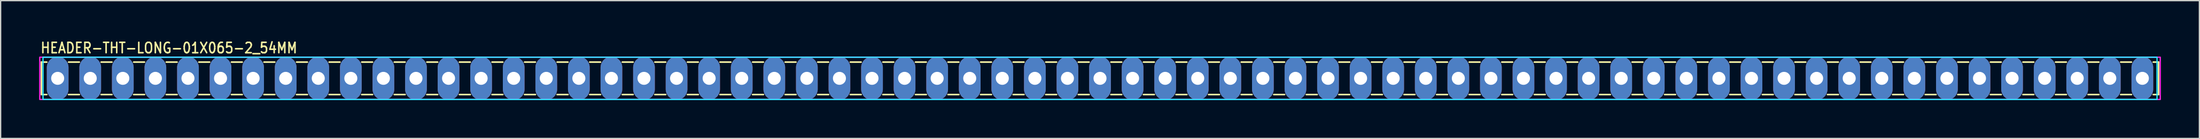
<source format=kicad_pcb>
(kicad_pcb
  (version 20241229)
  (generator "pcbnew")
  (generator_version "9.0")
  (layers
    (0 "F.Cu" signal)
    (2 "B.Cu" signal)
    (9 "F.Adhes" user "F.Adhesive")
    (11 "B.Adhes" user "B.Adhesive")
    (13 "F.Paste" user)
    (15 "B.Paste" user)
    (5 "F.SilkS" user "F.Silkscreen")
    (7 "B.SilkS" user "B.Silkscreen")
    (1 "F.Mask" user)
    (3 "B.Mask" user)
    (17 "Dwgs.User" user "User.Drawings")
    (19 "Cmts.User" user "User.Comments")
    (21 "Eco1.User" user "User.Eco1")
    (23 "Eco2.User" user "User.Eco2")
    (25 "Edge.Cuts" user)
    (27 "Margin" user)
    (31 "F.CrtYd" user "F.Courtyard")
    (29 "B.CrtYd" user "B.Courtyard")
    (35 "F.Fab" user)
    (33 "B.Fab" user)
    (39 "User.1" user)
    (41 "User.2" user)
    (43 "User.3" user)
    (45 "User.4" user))
  (footprint "HEADER-THT-LONG-01X065-2_54MM"
    (layer "F.Cu")
    (at 1.447 3.079)
    (property "Reference" "HEADER-THT-LONG-01X065-2_54MM" (at -1.4 -1.9 0) (unlocked yes) (layer "F.SilkS") (effects (font (size 0.813 0.695) (thickness 0.122)) (justify left bottom)))
    (fp_line (start -1.27 -1.27) (end -1.27 1.27) (stroke (width 0.127) (type solid)) (layer "F.SilkS"))
    (fp_line (start -1.27 1.27) (end -0.85 1.27) (stroke (width 0.127) (type solid)) (layer "F.SilkS"))
    (fp_line (start -0.85 -1.27) (end -1.27 -1.27) (stroke (width 0.127) (type solid)) (layer "F.SilkS"))
    (fp_line (start 0.85 -1.27) (end 1.69 -1.27) (stroke (width 0.127) (type solid)) (layer "F.SilkS"))
    (fp_line (start 0.85 1.27) (end 1.69 1.27) (stroke (width 0.127) (type solid)) (layer "F.SilkS"))
    (fp_line (start 3.39 -1.27) (end 4.23 -1.27) (stroke (width 0.127) (type solid)) (layer "F.SilkS"))
    (fp_line (start 3.39 1.27) (end 4.23 1.27) (stroke (width 0.127) (type solid)) (layer "F.SilkS"))
    (fp_line (start 5.93 -1.27) (end 6.77 -1.27) (stroke (width 0.127) (type solid)) (layer "F.SilkS"))
    (fp_line (start 5.93 1.27) (end 6.77 1.27) (stroke (width 0.127) (type solid)) (layer "F.SilkS"))
    (fp_line (start 8.47 -1.27) (end 9.31 -1.27) (stroke (width 0.127) (type solid)) (layer "F.SilkS"))
    (fp_line (start 8.47 1.27) (end 9.31 1.27) (stroke (width 0.127) (type solid)) (layer "F.SilkS"))
    (fp_line (start 11.01 -1.27) (end 11.85 -1.27) (stroke (width 0.127) (type solid)) (layer "F.SilkS"))
    (fp_line (start 11.01 1.27) (end 11.85 1.27) (stroke (width 0.127) (type solid)) (layer "F.SilkS"))
    (fp_line (start 13.55 -1.27) (end 14.39 -1.27) (stroke (width 0.127) (type solid)) (layer "F.SilkS"))
    (fp_line (start 13.55 1.27) (end 14.39 1.27) (stroke (width 0.127) (type solid)) (layer "F.SilkS"))
    (fp_line (start 16.09 -1.27) (end 16.93 -1.27) (stroke (width 0.127) (type solid)) (layer "F.SilkS"))
    (fp_line (start 16.09 1.27) (end 16.93 1.27) (stroke (width 0.127) (type solid)) (layer "F.SilkS"))
    (fp_line (start 18.63 -1.27) (end 19.47 -1.27) (stroke (width 0.127) (type solid)) (layer "F.SilkS"))
    (fp_line (start 18.63 1.27) (end 19.47 1.27) (stroke (width 0.127) (type solid)) (layer "F.SilkS"))
    (fp_line (start 21.17 -1.27) (end 22.01 -1.27) (stroke (width 0.127) (type solid)) (layer "F.SilkS"))
    (fp_line (start 21.17 1.27) (end 22.01 1.27) (stroke (width 0.127) (type solid)) (layer "F.SilkS"))
    (fp_line (start 23.71 -1.27) (end 24.55 -1.27) (stroke (width 0.127) (type solid)) (layer "F.SilkS"))
    (fp_line (start 23.71 1.27) (end 24.55 1.27) (stroke (width 0.127) (type solid)) (layer "F.SilkS"))
    (fp_line (start 26.25 -1.27) (end 27.09 -1.27) (stroke (width 0.127) (type solid)) (layer "F.SilkS"))
    (fp_line (start 26.25 1.27) (end 27.09 1.27) (stroke (width 0.127) (type solid)) (layer "F.SilkS"))
    (fp_line (start 28.79 -1.27) (end 29.63 -1.27) (stroke (width 0.127) (type solid)) (layer "F.SilkS"))
    (fp_line (start 28.79 1.27) (end 29.63 1.27) (stroke (width 0.127) (type solid)) (layer "F.SilkS"))
    (fp_line (start 31.33 -1.27) (end 32.17 -1.27) (stroke (width 0.127) (type solid)) (layer "F.SilkS"))
    (fp_line (start 31.33 1.27) (end 32.17 1.27) (stroke (width 0.127) (type solid)) (layer "F.SilkS"))
    (fp_line (start 33.87 -1.27) (end 34.71 -1.27) (stroke (width 0.127) (type solid)) (layer "F.SilkS"))
    (fp_line (start 33.87 1.27) (end 34.71 1.27) (stroke (width 0.127) (type solid)) (layer "F.SilkS"))
    (fp_line (start 36.41 -1.27) (end 37.25 -1.27) (stroke (width 0.127) (type solid)) (layer "F.SilkS"))
    (fp_line (start 36.41 1.27) (end 37.25 1.27) (stroke (width 0.127) (type solid)) (layer "F.SilkS"))
    (fp_line (start 38.95 -1.27) (end 39.79 -1.27) (stroke (width 0.127) (type solid)) (layer "F.SilkS"))
    (fp_line (start 38.95 1.27) (end 39.79 1.27) (stroke (width 0.127) (type solid)) (layer "F.SilkS"))
    (fp_line (start 41.49 -1.27) (end 42.33 -1.27) (stroke (width 0.127) (type solid)) (layer "F.SilkS"))
    (fp_line (start 41.49 1.27) (end 42.33 1.27) (stroke (width 0.127) (type solid)) (layer "F.SilkS"))
    (fp_line (start 44.03 -1.27) (end 44.87 -1.27) (stroke (width 0.127) (type solid)) (layer "F.SilkS"))
    (fp_line (start 44.03 1.27) (end 44.87 1.27) (stroke (width 0.127) (type solid)) (layer "F.SilkS"))
    (fp_line (start 46.57 -1.27) (end 47.41 -1.27) (stroke (width 0.127) (type solid)) (layer "F.SilkS"))
    (fp_line (start 46.57 1.27) (end 47.41 1.27) (stroke (width 0.127) (type solid)) (layer "F.SilkS"))
    (fp_line (start 49.11 -1.27) (end 49.95 -1.27) (stroke (width 0.127) (type solid)) (layer "F.SilkS"))
    (fp_line (start 49.11 1.27) (end 49.95 1.27) (stroke (width 0.127) (type solid)) (layer "F.SilkS"))
    (fp_line (start 51.65 -1.27) (end 52.49 -1.27) (stroke (width 0.127) (type solid)) (layer "F.SilkS"))
    (fp_line (start 51.65 1.27) (end 52.49 1.27) (stroke (width 0.127) (type solid)) (layer "F.SilkS"))
    (fp_line (start 54.19 -1.27) (end 55.03 -1.27) (stroke (width 0.127) (type solid)) (layer "F.SilkS"))
    (fp_line (start 54.19 1.27) (end 55.03 1.27) (stroke (width 0.127) (type solid)) (layer "F.SilkS"))
    (fp_line (start 56.73 -1.27) (end 57.57 -1.27) (stroke (width 0.127) (type solid)) (layer "F.SilkS"))
    (fp_line (start 56.73 1.27) (end 57.57 1.27) (stroke (width 0.127) (type solid)) (layer "F.SilkS"))
    (fp_line (start 59.27 -1.27) (end 60.11 -1.27) (stroke (width 0.127) (type solid)) (layer "F.SilkS"))
    (fp_line (start 59.27 1.27) (end 60.11 1.27) (stroke (width 0.127) (type solid)) (layer "F.SilkS"))
    (fp_line (start 61.81 -1.27) (end 62.65 -1.27) (stroke (width 0.127) (type solid)) (layer "F.SilkS"))
    (fp_line (start 61.81 1.27) (end 62.65 1.27) (stroke (width 0.127) (type solid)) (layer "F.SilkS"))
    (fp_line (start 64.35 -1.27) (end 65.19 -1.27) (stroke (width 0.127) (type solid)) (layer "F.SilkS"))
    (fp_line (start 64.35 1.27) (end 65.19 1.27) (stroke (width 0.127) (type solid)) (layer "F.SilkS"))
    (fp_line (start 66.89 -1.27) (end 67.73 -1.27) (stroke (width 0.127) (type solid)) (layer "F.SilkS"))
    (fp_line (start 66.89 1.27) (end 67.73 1.27) (stroke (width 0.127) (type solid)) (layer "F.SilkS"))
    (fp_line (start 69.43 -1.27) (end 70.27 -1.27) (stroke (width 0.127) (type solid)) (layer "F.SilkS"))
    (fp_line (start 69.43 1.27) (end 70.27 1.27) (stroke (width 0.127) (type solid)) (layer "F.SilkS"))
    (fp_line (start 71.97 -1.27) (end 72.81 -1.27) (stroke (width 0.127) (type solid)) (layer "F.SilkS"))
    (fp_line (start 71.97 1.27) (end 72.81 1.27) (stroke (width 0.127) (type solid)) (layer "F.SilkS"))
    (fp_line (start 74.51 -1.27) (end 75.35 -1.27) (stroke (width 0.127) (type solid)) (layer "F.SilkS"))
    (fp_line (start 74.51 1.27) (end 75.35 1.27) (stroke (width 0.127) (type solid)) (layer "F.SilkS"))
    (fp_line (start 77.05 -1.27) (end 77.89 -1.27) (stroke (width 0.127) (type solid)) (layer "F.SilkS"))
    (fp_line (start 77.05 1.27) (end 77.89 1.27) (stroke (width 0.127) (type solid)) (layer "F.SilkS"))
    (fp_line (start 79.59 -1.27) (end 80.43 -1.27) (stroke (width 0.127) (type solid)) (layer "F.SilkS"))
    (fp_line (start 79.59 1.27) (end 80.43 1.27) (stroke (width 0.127) (type solid)) (layer "F.SilkS"))
    (fp_line (start 82.13 -1.27) (end 82.97 -1.27) (stroke (width 0.127) (type solid)) (layer "F.SilkS"))
    (fp_line (start 82.13 1.27) (end 82.97 1.27) (stroke (width 0.127) (type solid)) (layer "F.SilkS"))
    (fp_line (start 84.67 -1.27) (end 85.51 -1.27) (stroke (width 0.127) (type solid)) (layer "F.SilkS"))
    (fp_line (start 84.67 1.27) (end 85.51 1.27) (stroke (width 0.127) (type solid)) (layer "F.SilkS"))
    (fp_line (start 87.21 -1.27) (end 88.05 -1.27) (stroke (width 0.127) (type solid)) (layer "F.SilkS"))
    (fp_line (start 87.21 1.27) (end 88.05 1.27) (stroke (width 0.127) (type solid)) (layer "F.SilkS"))
    (fp_line (start 89.75 -1.27) (end 90.59 -1.27) (stroke (width 0.127) (type solid)) (layer "F.SilkS"))
    (fp_line (start 89.75 1.27) (end 90.59 1.27) (stroke (width 0.127) (type solid)) (layer "F.SilkS"))
    (fp_line (start 92.29 -1.27) (end 93.13 -1.27) (stroke (width 0.127) (type solid)) (layer "F.SilkS"))
    (fp_line (start 92.29 1.27) (end 93.13 1.27) (stroke (width 0.127) (type solid)) (layer "F.SilkS"))
    (fp_line (start 94.83 -1.27) (end 95.67 -1.27) (stroke (width 0.127) (type solid)) (layer "F.SilkS"))
    (fp_line (start 94.83 1.27) (end 95.67 1.27) (stroke (width 0.127) (type solid)) (layer "F.SilkS"))
    (fp_line (start 97.37 -1.27) (end 98.21 -1.27) (stroke (width 0.127) (type solid)) (layer "F.SilkS"))
    (fp_line (start 97.37 1.27) (end 98.21 1.27) (stroke (width 0.127) (type solid)) (layer "F.SilkS"))
    (fp_line (start 99.91 -1.27) (end 100.75 -1.27) (stroke (width 0.127) (type solid)) (layer "F.SilkS"))
    (fp_line (start 99.91 1.27) (end 100.75 1.27) (stroke (width 0.127) (type solid)) (layer "F.SilkS"))
    (fp_line (start 102.45 -1.27) (end 103.29 -1.27) (stroke (width 0.127) (type solid)) (layer "F.SilkS"))
    (fp_line (start 102.45 1.27) (end 103.29 1.27) (stroke (width 0.127) (type solid)) (layer "F.SilkS"))
    (fp_line (start 104.99 -1.27) (end 105.83 -1.27) (stroke (width 0.127) (type solid)) (layer "F.SilkS"))
    (fp_line (start 104.99 1.27) (end 105.83 1.27) (stroke (width 0.127) (type solid)) (layer "F.SilkS"))
    (fp_line (start 107.53 -1.27) (end 108.37 -1.27) (stroke (width 0.127) (type solid)) (layer "F.SilkS"))
    (fp_line (start 107.53 1.27) (end 108.37 1.27) (stroke (width 0.127) (type solid)) (layer "F.SilkS"))
    (fp_line (start 110.07 -1.27) (end 110.91 -1.27) (stroke (width 0.127) (type solid)) (layer "F.SilkS"))
    (fp_line (start 110.07 1.27) (end 110.91 1.27) (stroke (width 0.127) (type solid)) (layer "F.SilkS"))
    (fp_line (start 112.61 -1.27) (end 113.45 -1.27) (stroke (width 0.127) (type solid)) (layer "F.SilkS"))
    (fp_line (start 112.61 1.27) (end 113.45 1.27) (stroke (width 0.127) (type solid)) (layer "F.SilkS"))
    (fp_line (start 115.15 -1.27) (end 115.99 -1.27) (stroke (width 0.127) (type solid)) (layer "F.SilkS"))
    (fp_line (start 115.15 1.27) (end 115.99 1.27) (stroke (width 0.127) (type solid)) (layer "F.SilkS"))
    (fp_line (start 117.69 -1.27) (end 118.53 -1.27) (stroke (width 0.127) (type solid)) (layer "F.SilkS"))
    (fp_line (start 117.69 1.27) (end 118.53 1.27) (stroke (width 0.127) (type solid)) (layer "F.SilkS"))
    (fp_line (start 120.23 -1.27) (end 121.07 -1.27) (stroke (width 0.127) (type solid)) (layer "F.SilkS"))
    (fp_line (start 120.23 1.27) (end 121.07 1.27) (stroke (width 0.127) (type solid)) (layer "F.SilkS"))
    (fp_line (start 122.77 -1.27) (end 123.61 -1.27) (stroke (width 0.127) (type solid)) (layer "F.SilkS"))
    (fp_line (start 122.77 1.27) (end 123.61 1.27) (stroke (width 0.127) (type solid)) (layer "F.SilkS"))
    (fp_line (start 125.31 -1.27) (end 126.15 -1.27) (stroke (width 0.127) (type solid)) (layer "F.SilkS"))
    (fp_line (start 125.31 1.27) (end 126.15 1.27) (stroke (width 0.127) (type solid)) (layer "F.SilkS"))
    (fp_line (start 127.85 -1.27) (end 128.69 -1.27) (stroke (width 0.127) (type solid)) (layer "F.SilkS"))
    (fp_line (start 127.85 1.27) (end 128.69 1.27) (stroke (width 0.127) (type solid)) (layer "F.SilkS"))
    (fp_line (start 130.39 -1.27) (end 131.23 -1.27) (stroke (width 0.127) (type solid)) (layer "F.SilkS"))
    (fp_line (start 130.39 1.27) (end 131.23 1.27) (stroke (width 0.127) (type solid)) (layer "F.SilkS"))
    (fp_line (start 132.93 -1.27) (end 133.77 -1.27) (stroke (width 0.127) (type solid)) (layer "F.SilkS"))
    (fp_line (start 132.93 1.27) (end 133.77 1.27) (stroke (width 0.127) (type solid)) (layer "F.SilkS"))
    (fp_line (start 135.47 -1.27) (end 136.31 -1.27) (stroke (width 0.127) (type solid)) (layer "F.SilkS"))
    (fp_line (start 135.47 1.27) (end 136.31 1.27) (stroke (width 0.127) (type solid)) (layer "F.SilkS"))
    (fp_line (start 138.01 -1.27) (end 138.85 -1.27) (stroke (width 0.127) (type solid)) (layer "F.SilkS"))
    (fp_line (start 138.01 1.27) (end 138.85 1.27) (stroke (width 0.127) (type solid)) (layer "F.SilkS"))
    (fp_line (start 140.55 -1.27) (end 141.39 -1.27) (stroke (width 0.127) (type solid)) (layer "F.SilkS"))
    (fp_line (start 140.55 1.27) (end 141.39 1.27) (stroke (width 0.127) (type solid)) (layer "F.SilkS"))
    (fp_line (start 143.09 -1.27) (end 143.93 -1.27) (stroke (width 0.127) (type solid)) (layer "F.SilkS"))
    (fp_line (start 143.09 1.27) (end 143.93 1.27) (stroke (width 0.127) (type solid)) (layer "F.SilkS"))
    (fp_line (start 145.63 -1.27) (end 146.47 -1.27) (stroke (width 0.127) (type solid)) (layer "F.SilkS"))
    (fp_line (start 145.63 1.27) (end 146.47 1.27) (stroke (width 0.127) (type solid)) (layer "F.SilkS"))
    (fp_line (start 148.17 -1.27) (end 149.01 -1.27) (stroke (width 0.127) (type solid)) (layer "F.SilkS"))
    (fp_line (start 148.17 1.27) (end 149.01 1.27) (stroke (width 0.127) (type solid)) (layer "F.SilkS"))
    (fp_line (start 150.71 -1.27) (end 151.55 -1.27) (stroke (width 0.127) (type solid)) (layer "F.SilkS"))
    (fp_line (start 150.71 1.27) (end 151.55 1.27) (stroke (width 0.127) (type solid)) (layer "F.SilkS"))
    (fp_line (start 153.25 -1.27) (end 154.09 -1.27) (stroke (width 0.127) (type solid)) (layer "F.SilkS"))
    (fp_line (start 153.25 1.27) (end 154.09 1.27) (stroke (width 0.127) (type solid)) (layer "F.SilkS"))
    (fp_line (start 155.79 -1.27) (end 156.63 -1.27) (stroke (width 0.127) (type solid)) (layer "F.SilkS"))
    (fp_line (start 155.79 1.27) (end 156.63 1.27) (stroke (width 0.127) (type solid)) (layer "F.SilkS"))
    (fp_line (start 158.33 -1.27) (end 159.17 -1.27) (stroke (width 0.127) (type solid)) (layer "F.SilkS"))
    (fp_line (start 158.33 1.27) (end 159.17 1.27) (stroke (width 0.127) (type solid)) (layer "F.SilkS"))
    (fp_line (start 160.87 -1.27) (end 161.71 -1.27) (stroke (width 0.127) (type solid)) (layer "F.SilkS"))
    (fp_line (start 160.87 1.27) (end 161.71 1.27) (stroke (width 0.127) (type solid)) (layer "F.SilkS"))
    (fp_line (start 163.41 -1.27) (end 163.83 -1.27) (stroke (width 0.127) (type solid)) (layer "F.SilkS"))
    (fp_line (start 163.83 -1.27) (end 163.83 1.27) (stroke (width 0.127) (type solid)) (layer "F.SilkS"))
    (fp_line (start 163.83 1.27) (end 163.41 1.27) (stroke (width 0.127) (type solid)) (layer "F.SilkS"))
    (fp_poly (pts (xy -1.143 -1.651) (xy 163.703 -1.651) (xy 163.703 1.651) (xy -1.143 1.651)) (stroke (width 0.1) (type solid)) (fill no) (layer "B.CrtYd"))
    (fp_poly (pts (xy -1.397 -1.651) (xy 163.957 -1.651) (xy 163.957 1.651) (xy -1.397 1.651)) (stroke (width 0.1) (type solid)) (fill no) (layer "F.CrtYd"))
    (pad "P$1" thru_hole oval (at 0 0 90) (size 3.387 1.693) (drill 1.016) (layers "*.Cu" "*.Mask"))
    (pad "P$2" thru_hole oval (at 2.54 0 90) (size 3.387 1.693) (drill 1.016) (layers "*.Cu" "*.Mask"))
    (pad "P$3" thru_hole oval (at 5.08 0 90) (size 3.387 1.693) (drill 1.016) (layers "*.Cu" "*.Mask"))
    (pad "P$4" thru_hole oval (at 7.62 0 90) (size 3.387 1.693) (drill 1.016) (layers "*.Cu" "*.Mask"))
    (pad "P$5" thru_hole oval (at 10.16 0 90) (size 3.387 1.693) (drill 1.016) (layers "*.Cu" "*.Mask"))
    (pad "P$6" thru_hole oval (at 12.7 0 90) (size 3.387 1.693) (drill 1.016) (layers "*.Cu" "*.Mask"))
    (pad "P$7" thru_hole oval (at 15.24 0 90) (size 3.387 1.693) (drill 1.016) (layers "*.Cu" "*.Mask"))
    (pad "P$8" thru_hole oval (at 17.78 0 90) (size 3.387 1.693) (drill 1.016) (layers "*.Cu" "*.Mask"))
    (pad "P$9" thru_hole oval (at 20.32 0 90) (size 3.387 1.693) (drill 1.016) (layers "*.Cu" "*.Mask"))
    (pad "P$10" thru_hole oval (at 22.86 0 90) (size 3.387 1.693) (drill 1.016) (layers "*.Cu" "*.Mask"))
    (pad "P$11" thru_hole oval (at 25.4 0 90) (size 3.387 1.693) (drill 1.016) (layers "*.Cu" "*.Mask"))
    (pad "P$12" thru_hole oval (at 27.94 0 90) (size 3.387 1.693) (drill 1.016) (layers "*.Cu" "*.Mask"))
    (pad "P$13" thru_hole oval (at 30.48 0 90) (size 3.387 1.693) (drill 1.016) (layers "*.Cu" "*.Mask"))
    (pad "P$14" thru_hole oval (at 33.02 0 90) (size 3.387 1.693) (drill 1.016) (layers "*.Cu" "*.Mask"))
    (pad "P$15" thru_hole oval (at 35.56 0 90) (size 3.387 1.693) (drill 1.016) (layers "*.Cu" "*.Mask"))
    (pad "P$16" thru_hole oval (at 38.1 0 90) (size 3.387 1.693) (drill 1.016) (layers "*.Cu" "*.Mask"))
    (pad "P$17" thru_hole oval (at 40.64 0 90) (size 3.387 1.693) (drill 1.016) (layers "*.Cu" "*.Mask"))
    (pad "P$18" thru_hole oval (at 43.18 0 90) (size 3.387 1.693) (drill 1.016) (layers "*.Cu" "*.Mask"))
    (pad "P$19" thru_hole oval (at 45.72 0 90) (size 3.387 1.693) (drill 1.016) (layers "*.Cu" "*.Mask"))
    (pad "P$20" thru_hole oval (at 48.26 0 90) (size 3.387 1.693) (drill 1.016) (layers "*.Cu" "*.Mask"))
    (pad "P$21" thru_hole oval (at 50.8 0 90) (size 3.387 1.693) (drill 1.016) (layers "*.Cu" "*.Mask"))
    (pad "P$22" thru_hole oval (at 53.34 0 90) (size 3.387 1.693) (drill 1.016) (layers "*.Cu" "*.Mask"))
    (pad "P$23" thru_hole oval (at 55.88 0 90) (size 3.387 1.693) (drill 1.016) (layers "*.Cu" "*.Mask"))
    (pad "P$24" thru_hole oval (at 58.42 0 90) (size 3.387 1.693) (drill 1.016) (layers "*.Cu" "*.Mask"))
    (pad "P$25" thru_hole oval (at 60.96 0 90) (size 3.387 1.693) (drill 1.016) (layers "*.Cu" "*.Mask"))
    (pad "P$26" thru_hole oval (at 63.5 0 90) (size 3.387 1.693) (drill 1.016) (layers "*.Cu" "*.Mask"))
    (pad "P$27" thru_hole oval (at 66.04 0 90) (size 3.387 1.693) (drill 1.016) (layers "*.Cu" "*.Mask"))
    (pad "P$28" thru_hole oval (at 68.58 0 90) (size 3.387 1.693) (drill 1.016) (layers "*.Cu" "*.Mask"))
    (pad "P$29" thru_hole oval (at 71.12 0 90) (size 3.387 1.693) (drill 1.016) (layers "*.Cu" "*.Mask"))
    (pad "P$30" thru_hole oval (at 73.66 0 90) (size 3.387 1.693) (drill 1.016) (layers "*.Cu" "*.Mask"))
    (pad "P$31" thru_hole oval (at 76.2 0 90) (size 3.387 1.693) (drill 1.016) (layers "*.Cu" "*.Mask"))
    (pad "P$32" thru_hole oval (at 78.74 0 90) (size 3.387 1.693) (drill 1.016) (layers "*.Cu" "*.Mask"))
    (pad "P$33" thru_hole oval (at 81.28 0 90) (size 3.387 1.693) (drill 1.016) (layers "*.Cu" "*.Mask"))
    (pad "P$34" thru_hole oval (at 83.82 0 90) (size 3.387 1.693) (drill 1.016) (layers "*.Cu" "*.Mask"))
    (pad "P$35" thru_hole oval (at 86.36 0 90) (size 3.387 1.693) (drill 1.016) (layers "*.Cu" "*.Mask"))
    (pad "P$36" thru_hole oval (at 88.9 0 90) (size 3.387 1.693) (drill 1.016) (layers "*.Cu" "*.Mask"))
    (pad "P$37" thru_hole oval (at 91.44 0 90) (size 3.387 1.693) (drill 1.016) (layers "*.Cu" "*.Mask"))
    (pad "P$38" thru_hole oval (at 93.98 0 90) (size 3.387 1.693) (drill 1.016) (layers "*.Cu" "*.Mask"))
    (pad "P$39" thru_hole oval (at 96.52 0 90) (size 3.387 1.693) (drill 1.016) (layers "*.Cu" "*.Mask"))
    (pad "P$40" thru_hole oval (at 99.06 0 90) (size 3.387 1.693) (drill 1.016) (layers "*.Cu" "*.Mask"))
    (pad "P$41" thru_hole oval (at 101.6 0 90) (size 3.387 1.693) (drill 1.016) (layers "*.Cu" "*.Mask"))
    (pad "P$42" thru_hole oval (at 104.14 0 90) (size 3.387 1.693) (drill 1.016) (layers "*.Cu" "*.Mask"))
    (pad "P$43" thru_hole oval (at 106.68 0 90) (size 3.387 1.693) (drill 1.016) (layers "*.Cu" "*.Mask"))
    (pad "P$44" thru_hole oval (at 109.22 0 90) (size 3.387 1.693) (drill 1.016) (layers "*.Cu" "*.Mask"))
    (pad "P$45" thru_hole oval (at 111.76 0 90) (size 3.387 1.693) (drill 1.016) (layers "*.Cu" "*.Mask"))
    (pad "P$46" thru_hole oval (at 114.3 0 90) (size 3.387 1.693) (drill 1.016) (layers "*.Cu" "*.Mask"))
    (pad "P$47" thru_hole oval (at 116.84 0 90) (size 3.387 1.693) (drill 1.016) (layers "*.Cu" "*.Mask"))
    (pad "P$48" thru_hole oval (at 119.38 0 90) (size 3.387 1.693) (drill 1.016) (layers "*.Cu" "*.Mask"))
    (pad "P$49" thru_hole oval (at 121.92 0 90) (size 3.387 1.693) (drill 1.016) (layers "*.Cu" "*.Mask"))
    (pad "P$50" thru_hole oval (at 124.46 0 90) (size 3.387 1.693) (drill 1.016) (layers "*.Cu" "*.Mask"))
    (pad "P$51" thru_hole oval (at 127 0 90) (size 3.387 1.693) (drill 1.016) (layers "*.Cu" "*.Mask"))
    (pad "P$52" thru_hole oval (at 129.54 0 90) (size 3.387 1.693) (drill 1.016) (layers "*.Cu" "*.Mask"))
    (pad "P$53" thru_hole oval (at 132.08 0 90) (size 3.387 1.693) (drill 1.016) (layers "*.Cu" "*.Mask"))
    (pad "P$54" thru_hole oval (at 134.62 0 90) (size 3.387 1.693) (drill 1.016) (layers "*.Cu" "*.Mask"))
    (pad "P$55" thru_hole oval (at 137.16 0 90) (size 3.387 1.693) (drill 1.016) (layers "*.Cu" "*.Mask"))
    (pad "P$56" thru_hole oval (at 139.7 0 90) (size 3.387 1.693) (drill 1.016) (layers "*.Cu" "*.Mask"))
    (pad "P$57" thru_hole oval (at 142.24 0 90) (size 3.387 1.693) (drill 1.016) (layers "*.Cu" "*.Mask"))
    (pad "P$58" thru_hole oval (at 144.78 0 90) (size 3.387 1.693) (drill 1.016) (layers "*.Cu" "*.Mask"))
    (pad "P$59" thru_hole oval (at 147.32 0 90) (size 3.387 1.693) (drill 1.016) (layers "*.Cu" "*.Mask"))
    (pad "P$60" thru_hole oval (at 149.86 0 90) (size 3.387 1.693) (drill 1.016) (layers "*.Cu" "*.Mask"))
    (pad "P$61" thru_hole oval (at 152.4 0 90) (size 3.387 1.693) (drill 1.016) (layers "*.Cu" "*.Mask"))
    (pad "P$62" thru_hole oval (at 154.94 0 90) (size 3.387 1.693) (drill 1.016) (layers "*.Cu" "*.Mask"))
    (pad "P$63" thru_hole oval (at 157.48 0 90) (size 3.387 1.693) (drill 1.016) (layers "*.Cu" "*.Mask"))
    (pad "P$64" thru_hole oval (at 160.02 0 90) (size 3.387 1.693) (drill 1.016) (layers "*.Cu" "*.Mask"))
    (pad "P$65" thru_hole oval (at 162.56 0 90) (size 3.387 1.693) (drill 1.016) (layers "*.Cu" "*.Mask")))
  (gr_rect
    (start -3 -3)
    (end 168.454 7.78)
    (stroke (width 0.1) (type default))
    (fill no)
    (layer "Edge.Cuts")))
</source>
